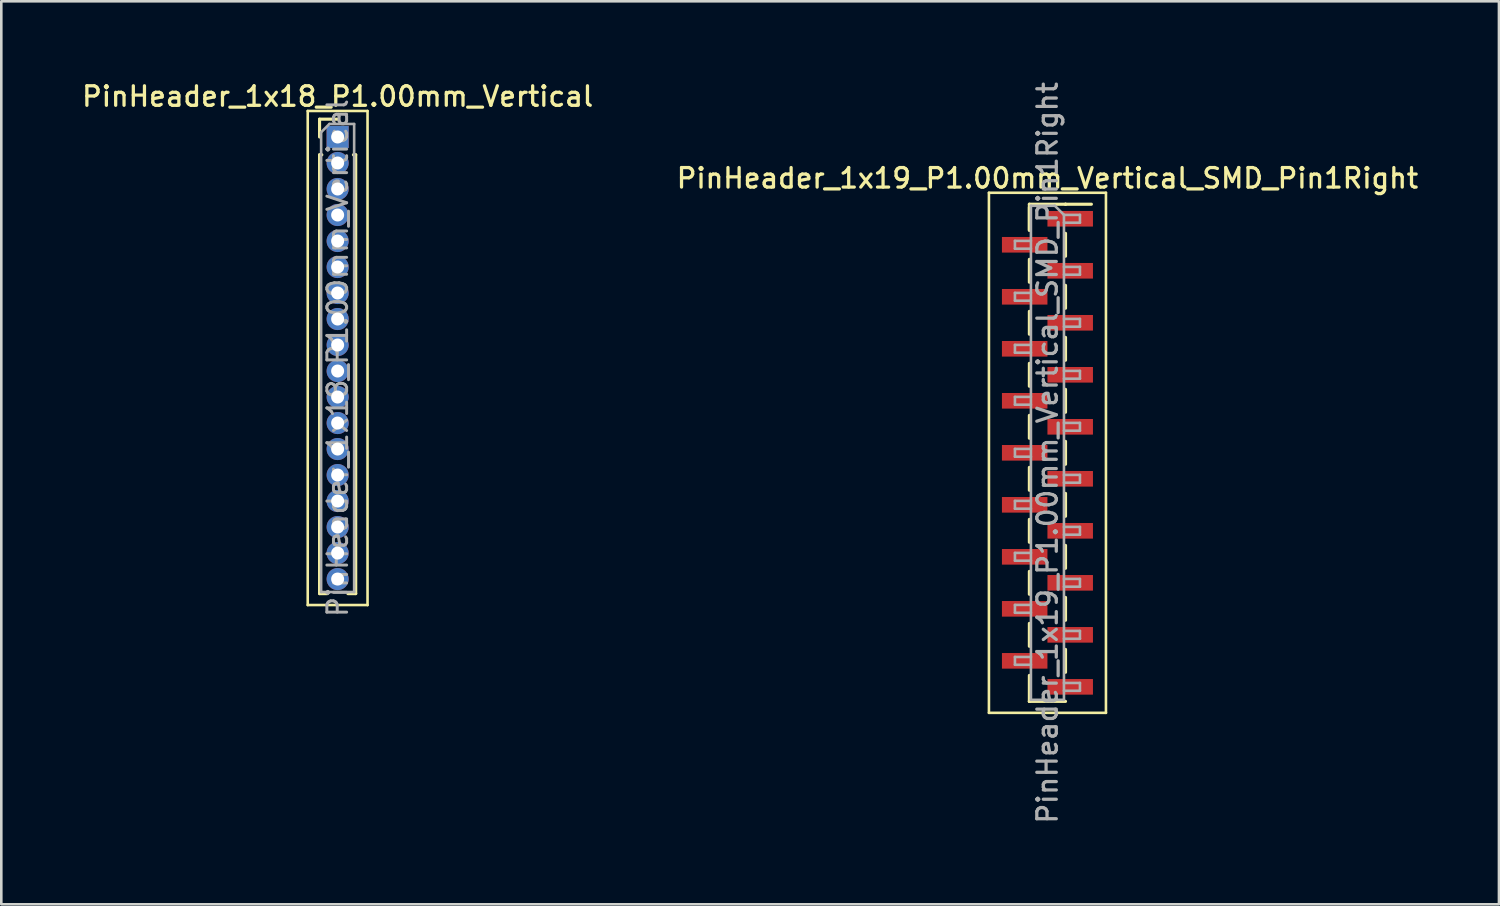
<source format=kicad_pcb>
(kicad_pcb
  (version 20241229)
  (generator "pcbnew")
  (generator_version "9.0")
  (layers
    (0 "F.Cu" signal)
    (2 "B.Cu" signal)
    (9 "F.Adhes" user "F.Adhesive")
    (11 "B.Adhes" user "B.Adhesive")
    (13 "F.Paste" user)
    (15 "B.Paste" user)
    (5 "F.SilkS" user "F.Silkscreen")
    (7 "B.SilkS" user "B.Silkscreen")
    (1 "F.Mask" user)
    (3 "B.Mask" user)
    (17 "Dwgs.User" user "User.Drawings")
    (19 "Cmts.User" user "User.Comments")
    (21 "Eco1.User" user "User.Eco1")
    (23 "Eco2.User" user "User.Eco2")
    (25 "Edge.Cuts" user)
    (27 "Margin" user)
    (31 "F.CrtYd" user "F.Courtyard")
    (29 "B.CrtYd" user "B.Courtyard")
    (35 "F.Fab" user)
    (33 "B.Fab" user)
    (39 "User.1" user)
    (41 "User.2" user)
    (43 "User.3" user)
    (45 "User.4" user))
  (footprint "PinHeader_1x19_P1.00mm_Vertical_SMD_Pin1Right"
    (layer "F.Cu")
    (at 37.23 14.363)
    (property "Reference" "PinHeader_1x19_P1.00mm_Vertical_SMD_Pin1Right" (at 0 -10.56 0) (layer "F.SilkS") (effects (font (size 0.75 0.75) (thickness 0.125))))
    (attr smd)
    (fp_line (start -2.25 -10) (end -2.25 10) (stroke (width 0.1) (type solid)) (layer "F.SilkS"))
    (fp_line (start -2.25 10) (end 2.25 10) (stroke (width 0.1) (type solid)) (layer "F.SilkS"))
    (fp_line (start -0.695 -9.56) (end -0.695 -8.56) (stroke (width 0.12) (type solid)) (layer "F.SilkS"))
    (fp_line (start -0.695 -9.56) (end 0.695 -9.56) (stroke (width 0.12) (type solid)) (layer "F.SilkS"))
    (fp_line (start -0.695 -9.44) (end -0.695 -8.56) (stroke (width 0.12) (type solid)) (layer "F.SilkS"))
    (fp_line (start -0.695 -7.44) (end -0.695 -6.56) (stroke (width 0.12) (type solid)) (layer "F.SilkS"))
    (fp_line (start -0.695 -5.44) (end -0.695 -4.56) (stroke (width 0.12) (type solid)) (layer "F.SilkS"))
    (fp_line (start -0.695 -3.44) (end -0.695 -2.56) (stroke (width 0.12) (type solid)) (layer "F.SilkS"))
    (fp_line (start -0.695 -1.44) (end -0.695 -0.56) (stroke (width 0.12) (type solid)) (layer "F.SilkS"))
    (fp_line (start -0.695 0.56) (end -0.695 1.44) (stroke (width 0.12) (type solid)) (layer "F.SilkS"))
    (fp_line (start -0.695 2.56) (end -0.695 3.44) (stroke (width 0.12) (type solid)) (layer "F.SilkS"))
    (fp_line (start -0.695 4.56) (end -0.695 5.44) (stroke (width 0.12) (type solid)) (layer "F.SilkS"))
    (fp_line (start -0.695 6.56) (end -0.695 7.44) (stroke (width 0.12) (type solid)) (layer "F.SilkS"))
    (fp_line (start -0.695 8.56) (end -0.695 9.56) (stroke (width 0.12) (type solid)) (layer "F.SilkS"))
    (fp_line (start -0.695 9.56) (end -0.695 9.56) (stroke (width 0.12) (type solid)) (layer "F.SilkS"))
    (fp_line (start -0.695 9.56) (end 0.695 9.56) (stroke (width 0.12) (type solid)) (layer "F.SilkS"))
    (fp_line (start 0.695 -9.56) (end 0.695 -9.56) (stroke (width 0.12) (type solid)) (layer "F.SilkS"))
    (fp_line (start 0.695 -9.56) (end 1.69 -9.56) (stroke (width 0.12) (type solid)) (layer "F.SilkS"))
    (fp_line (start 0.695 -8.44) (end 0.695 -7.56) (stroke (width 0.12) (type solid)) (layer "F.SilkS"))
    (fp_line (start 0.695 -6.44) (end 0.695 -5.56) (stroke (width 0.12) (type solid)) (layer "F.SilkS"))
    (fp_line (start 0.695 -4.44) (end 0.695 -3.56) (stroke (width 0.12) (type solid)) (layer "F.SilkS"))
    (fp_line (start 0.695 -2.44) (end 0.695 -1.56) (stroke (width 0.12) (type solid)) (layer "F.SilkS"))
    (fp_line (start 0.695 -0.44) (end 0.695 0.44) (stroke (width 0.12) (type solid)) (layer "F.SilkS"))
    (fp_line (start 0.695 1.56) (end 0.695 2.44) (stroke (width 0.12) (type solid)) (layer "F.SilkS"))
    (fp_line (start 0.695 3.56) (end 0.695 4.44) (stroke (width 0.12) (type solid)) (layer "F.SilkS"))
    (fp_line (start 0.695 5.56) (end 0.695 6.44) (stroke (width 0.12) (type solid)) (layer "F.SilkS"))
    (fp_line (start 0.695 7.56) (end 0.695 8.44) (stroke (width 0.12) (type solid)) (layer "F.SilkS"))
    (fp_line (start 2.25 -10) (end -2.25 -10) (stroke (width 0.1) (type solid)) (layer "F.SilkS"))
    (fp_line (start 2.25 10) (end 2.25 -10) (stroke (width 0.1) (type solid)) (layer "F.SilkS"))
    (fp_line (start -1.25 -8.15) (end -1.25 -7.85) (stroke (width 0.1) (type solid)) (layer "F.Fab"))
    (fp_line (start -1.25 -7.85) (end -0.635 -7.85) (stroke (width 0.1) (type solid)) (layer "F.Fab"))
    (fp_line (start -1.25 -6.15) (end -1.25 -5.85) (stroke (width 0.1) (type solid)) (layer "F.Fab"))
    (fp_line (start -1.25 -5.85) (end -0.635 -5.85) (stroke (width 0.1) (type solid)) (layer "F.Fab"))
    (fp_line (start -1.25 -4.15) (end -1.25 -3.85) (stroke (width 0.1) (type solid)) (layer "F.Fab"))
    (fp_line (start -1.25 -3.85) (end -0.635 -3.85) (stroke (width 0.1) (type solid)) (layer "F.Fab"))
    (fp_line (start -1.25 -2.15) (end -1.25 -1.85) (stroke (width 0.1) (type solid)) (layer "F.Fab"))
    (fp_line (start -1.25 -1.85) (end -0.635 -1.85) (stroke (width 0.1) (type solid)) (layer "F.Fab"))
    (fp_line (start -1.25 -0.15) (end -1.25 0.15) (stroke (width 0.1) (type solid)) (layer "F.Fab"))
    (fp_line (start -1.25 0.15) (end -0.635 0.15) (stroke (width 0.1) (type solid)) (layer "F.Fab"))
    (fp_line (start -1.25 1.85) (end -1.25 2.15) (stroke (width 0.1) (type solid)) (layer "F.Fab"))
    (fp_line (start -1.25 2.15) (end -0.635 2.15) (stroke (width 0.1) (type solid)) (layer "F.Fab"))
    (fp_line (start -1.25 3.85) (end -1.25 4.15) (stroke (width 0.1) (type solid)) (layer "F.Fab"))
    (fp_line (start -1.25 4.15) (end -0.635 4.15) (stroke (width 0.1) (type solid)) (layer "F.Fab"))
    (fp_line (start -1.25 5.85) (end -1.25 6.15) (stroke (width 0.1) (type solid)) (layer "F.Fab"))
    (fp_line (start -1.25 6.15) (end -0.635 6.15) (stroke (width 0.1) (type solid)) (layer "F.Fab"))
    (fp_line (start -1.25 7.85) (end -1.25 8.15) (stroke (width 0.1) (type solid)) (layer "F.Fab"))
    (fp_line (start -1.25 8.15) (end -0.635 8.15) (stroke (width 0.1) (type solid)) (layer "F.Fab"))
    (fp_line (start -0.635 -9.5) (end -0.635 9.5) (stroke (width 0.1) (type solid)) (layer "F.Fab"))
    (fp_line (start -0.635 -9.5) (end 0.285 -9.5) (stroke (width 0.1) (type solid)) (layer "F.Fab"))
    (fp_line (start -0.635 -8.15) (end -1.25 -8.15) (stroke (width 0.1) (type solid)) (layer "F.Fab"))
    (fp_line (start -0.635 -6.15) (end -1.25 -6.15) (stroke (width 0.1) (type solid)) (layer "F.Fab"))
    (fp_line (start -0.635 -4.15) (end -1.25 -4.15) (stroke (width 0.1) (type solid)) (layer "F.Fab"))
    (fp_line (start -0.635 -2.15) (end -1.25 -2.15) (stroke (width 0.1) (type solid)) (layer "F.Fab"))
    (fp_line (start -0.635 -0.15) (end -1.25 -0.15) (stroke (width 0.1) (type solid)) (layer "F.Fab"))
    (fp_line (start -0.635 1.85) (end -1.25 1.85) (stroke (width 0.1) (type solid)) (layer "F.Fab"))
    (fp_line (start -0.635 3.85) (end -1.25 3.85) (stroke (width 0.1) (type solid)) (layer "F.Fab"))
    (fp_line (start -0.635 5.85) (end -1.25 5.85) (stroke (width 0.1) (type solid)) (layer "F.Fab"))
    (fp_line (start -0.635 7.85) (end -1.25 7.85) (stroke (width 0.1) (type solid)) (layer "F.Fab"))
    (fp_line (start 0.635 -9.15) (end 0.285 -9.5) (stroke (width 0.1) (type solid)) (layer "F.Fab"))
    (fp_line (start 0.635 -9.15) (end 1.25 -9.15) (stroke (width 0.1) (type solid)) (layer "F.Fab"))
    (fp_line (start 0.635 -7.15) (end 1.25 -7.15) (stroke (width 0.1) (type solid)) (layer "F.Fab"))
    (fp_line (start 0.635 -5.15) (end 1.25 -5.15) (stroke (width 0.1) (type solid)) (layer "F.Fab"))
    (fp_line (start 0.635 -3.15) (end 1.25 -3.15) (stroke (width 0.1) (type solid)) (layer "F.Fab"))
    (fp_line (start 0.635 -1.15) (end 1.25 -1.15) (stroke (width 0.1) (type solid)) (layer "F.Fab"))
    (fp_line (start 0.635 0.85) (end 1.25 0.85) (stroke (width 0.1) (type solid)) (layer "F.Fab"))
    (fp_line (start 0.635 2.85) (end 1.25 2.85) (stroke (width 0.1) (type solid)) (layer "F.Fab"))
    (fp_line (start 0.635 4.85) (end 1.25 4.85) (stroke (width 0.1) (type solid)) (layer "F.Fab"))
    (fp_line (start 0.635 6.85) (end 1.25 6.85) (stroke (width 0.1) (type solid)) (layer "F.Fab"))
    (fp_line (start 0.635 8.85) (end 1.25 8.85) (stroke (width 0.1) (type solid)) (layer "F.Fab"))
    (fp_line (start 0.635 9.5) (end -0.635 9.5) (stroke (width 0.1) (type solid)) (layer "F.Fab"))
    (fp_line (start 0.635 9.5) (end 0.635 -9.15) (stroke (width 0.1) (type solid)) (layer "F.Fab"))
    (fp_line (start 1.25 -9.15) (end 1.25 -8.85) (stroke (width 0.1) (type solid)) (layer "F.Fab"))
    (fp_line (start 1.25 -8.85) (end 0.635 -8.85) (stroke (width 0.1) (type solid)) (layer "F.Fab"))
    (fp_line (start 1.25 -7.15) (end 1.25 -6.85) (stroke (width 0.1) (type solid)) (layer "F.Fab"))
    (fp_line (start 1.25 -6.85) (end 0.635 -6.85) (stroke (width 0.1) (type solid)) (layer "F.Fab"))
    (fp_line (start 1.25 -5.15) (end 1.25 -4.85) (stroke (width 0.1) (type solid)) (layer "F.Fab"))
    (fp_line (start 1.25 -4.85) (end 0.635 -4.85) (stroke (width 0.1) (type solid)) (layer "F.Fab"))
    (fp_line (start 1.25 -3.15) (end 1.25 -2.85) (stroke (width 0.1) (type solid)) (layer "F.Fab"))
    (fp_line (start 1.25 -2.85) (end 0.635 -2.85) (stroke (width 0.1) (type solid)) (layer "F.Fab"))
    (fp_line (start 1.25 -1.15) (end 1.25 -0.85) (stroke (width 0.1) (type solid)) (layer "F.Fab"))
    (fp_line (start 1.25 -0.85) (end 0.635 -0.85) (stroke (width 0.1) (type solid)) (layer "F.Fab"))
    (fp_line (start 1.25 0.85) (end 1.25 1.15) (stroke (width 0.1) (type solid)) (layer "F.Fab"))
    (fp_line (start 1.25 1.15) (end 0.635 1.15) (stroke (width 0.1) (type solid)) (layer "F.Fab"))
    (fp_line (start 1.25 2.85) (end 1.25 3.15) (stroke (width 0.1) (type solid)) (layer "F.Fab"))
    (fp_line (start 1.25 3.15) (end 0.635 3.15) (stroke (width 0.1) (type solid)) (layer "F.Fab"))
    (fp_line (start 1.25 4.85) (end 1.25 5.15) (stroke (width 0.1) (type solid)) (layer "F.Fab"))
    (fp_line (start 1.25 5.15) (end 0.635 5.15) (stroke (width 0.1) (type solid)) (layer "F.Fab"))
    (fp_line (start 1.25 6.85) (end 1.25 7.15) (stroke (width 0.1) (type solid)) (layer "F.Fab"))
    (fp_line (start 1.25 7.15) (end 0.635 7.15) (stroke (width 0.1) (type solid)) (layer "F.Fab"))
    (fp_line (start 1.25 8.85) (end 1.25 9.15) (stroke (width 0.1) (type solid)) (layer "F.Fab"))
    (fp_line (start 1.25 9.15) (end 0.635 9.15) (stroke (width 0.1) (type solid)) (layer "F.Fab"))
    (fp_text user "${REFERENCE}" (at 0 0 90) (layer "F.Fab") (effects (font (size 0.75 0.75) (thickness 0.125))))
    (pad "1" smd rect (at 0.875 -9) (size 1.75 0.6) (layers "F.Cu" "F.Mask" "F.Paste"))
    (pad "2" smd rect (at -0.875 -8) (size 1.75 0.6) (layers "F.Cu" "F.Mask" "F.Paste"))
    (pad "3" smd rect (at 0.875 -7) (size 1.75 0.6) (layers "F.Cu" "F.Mask" "F.Paste"))
    (pad "4" smd rect (at -0.875 -6) (size 1.75 0.6) (layers "F.Cu" "F.Mask" "F.Paste"))
    (pad "5" smd rect (at 0.875 -5) (size 1.75 0.6) (layers "F.Cu" "F.Mask" "F.Paste"))
    (pad "6" smd rect (at -0.875 -4) (size 1.75 0.6) (layers "F.Cu" "F.Mask" "F.Paste"))
    (pad "7" smd rect (at 0.875 -3) (size 1.75 0.6) (layers "F.Cu" "F.Mask" "F.Paste"))
    (pad "8" smd rect (at -0.875 -2) (size 1.75 0.6) (layers "F.Cu" "F.Mask" "F.Paste"))
    (pad "9" smd rect (at 0.875 -1) (size 1.75 0.6) (layers "F.Cu" "F.Mask" "F.Paste"))
    (pad "10" smd rect (at -0.875 0) (size 1.75 0.6) (layers "F.Cu" "F.Mask" "F.Paste"))
    (pad "11" smd rect (at 0.875 1) (size 1.75 0.6) (layers "F.Cu" "F.Mask" "F.Paste"))
    (pad "12" smd rect (at -0.875 2) (size 1.75 0.6) (layers "F.Cu" "F.Mask" "F.Paste"))
    (pad "13" smd rect (at 0.875 3) (size 1.75 0.6) (layers "F.Cu" "F.Mask" "F.Paste"))
    (pad "14" smd rect (at -0.875 4) (size 1.75 0.6) (layers "F.Cu" "F.Mask" "F.Paste"))
    (pad "15" smd rect (at 0.875 5) (size 1.75 0.6) (layers "F.Cu" "F.Mask" "F.Paste"))
    (pad "16" smd rect (at -0.875 6) (size 1.75 0.6) (layers "F.Cu" "F.Mask" "F.Paste"))
    (pad "17" smd rect (at 0.875 7) (size 1.75 0.6) (layers "F.Cu" "F.Mask" "F.Paste"))
    (pad "18" smd rect (at -0.875 8) (size 1.75 0.6) (layers "F.Cu" "F.Mask" "F.Paste"))
    (pad "19" smd rect (at 0.875 9) (size 1.75 0.6) (layers "F.Cu" "F.Mask" "F.Paste")))
  (footprint "PinHeader_1x18_P1.00mm_Vertical"
    (layer "F.Cu")
    (at 9.934 2.218)
    (property "Reference" "PinHeader_1x18_P1.00mm_Vertical" (at 0 -1.56 0) (layer "F.SilkS") (effects (font (size 0.75 0.75) (thickness 0.125))))
    (attr through_hole)
    (fp_line (start -1.15 -1) (end -1.15 18) (stroke (width 0.1) (type solid)) (layer "F.SilkS"))
    (fp_line (start -1.15 18) (end 1.15 18) (stroke (width 0.1) (type solid)) (layer "F.SilkS"))
    (fp_line (start -0.695 -0.685) (end 0 -0.685) (stroke (width 0.12) (type solid)) (layer "F.SilkS"))
    (fp_line (start -0.695 0) (end -0.695 -0.685) (stroke (width 0.12) (type solid)) (layer "F.SilkS"))
    (fp_line (start -0.695 0.685) (end -0.695 17.56) (stroke (width 0.12) (type solid)) (layer "F.SilkS"))
    (fp_line (start -0.695 0.685) (end -0.608 0.685) (stroke (width 0.12) (type solid)) (layer "F.SilkS"))
    (fp_line (start -0.695 17.56) (end -0.394 17.56) (stroke (width 0.12) (type solid)) (layer "F.SilkS"))
    (fp_line (start 0.394 17.56) (end 0.695 17.56) (stroke (width 0.12) (type solid)) (layer "F.SilkS"))
    (fp_line (start 0.608 0.685) (end 0.695 0.685) (stroke (width 0.12) (type solid)) (layer "F.SilkS"))
    (fp_line (start 0.695 0.685) (end 0.695 17.56) (stroke (width 0.12) (type solid)) (layer "F.SilkS"))
    (fp_line (start 1.15 -1) (end -1.15 -1) (stroke (width 0.1) (type solid)) (layer "F.SilkS"))
    (fp_line (start 1.15 18) (end 1.15 -1) (stroke (width 0.1) (type solid)) (layer "F.SilkS"))
    (fp_line (start -0.635 -0.182) (end -0.318 -0.5) (stroke (width 0.1) (type solid)) (layer "F.Fab"))
    (fp_line (start -0.635 17.5) (end -0.635 -0.182) (stroke (width 0.1) (type solid)) (layer "F.Fab"))
    (fp_line (start -0.318 -0.5) (end 0.635 -0.5) (stroke (width 0.1) (type solid)) (layer "F.Fab"))
    (fp_line (start 0.635 -0.5) (end 0.635 17.5) (stroke (width 0.1) (type solid)) (layer "F.Fab"))
    (fp_line (start 0.635 17.5) (end -0.635 17.5) (stroke (width 0.1) (type solid)) (layer "F.Fab"))
    (fp_text user "${REFERENCE}" (at 0 8.5 90) (layer "F.Fab") (effects (font (size 0.76 0.76) (thickness 0.114))))
    (pad "1" thru_hole rect (at 0 0) (size 0.85 0.85) (drill 0.5) (layers "*.Cu" "*.Mask"))
    (pad "2" thru_hole oval (at 0 1) (size 0.85 0.85) (drill 0.5) (layers "*.Cu" "*.Mask"))
    (pad "3" thru_hole oval (at 0 2) (size 0.85 0.85) (drill 0.5) (layers "*.Cu" "*.Mask"))
    (pad "4" thru_hole oval (at 0 3) (size 0.85 0.85) (drill 0.5) (layers "*.Cu" "*.Mask"))
    (pad "5" thru_hole oval (at 0 4) (size 0.85 0.85) (drill 0.5) (layers "*.Cu" "*.Mask"))
    (pad "6" thru_hole oval (at 0 5) (size 0.85 0.85) (drill 0.5) (layers "*.Cu" "*.Mask"))
    (pad "7" thru_hole oval (at 0 6) (size 0.85 0.85) (drill 0.5) (layers "*.Cu" "*.Mask"))
    (pad "8" thru_hole oval (at 0 7) (size 0.85 0.85) (drill 0.5) (layers "*.Cu" "*.Mask"))
    (pad "9" thru_hole oval (at 0 8) (size 0.85 0.85) (drill 0.5) (layers "*.Cu" "*.Mask"))
    (pad "10" thru_hole oval (at 0 9) (size 0.85 0.85) (drill 0.5) (layers "*.Cu" "*.Mask"))
    (pad "11" thru_hole oval (at 0 10) (size 0.85 0.85) (drill 0.5) (layers "*.Cu" "*.Mask"))
    (pad "12" thru_hole oval (at 0 11) (size 0.85 0.85) (drill 0.5) (layers "*.Cu" "*.Mask"))
    (pad "13" thru_hole oval (at 0 12) (size 0.85 0.85) (drill 0.5) (layers "*.Cu" "*.Mask"))
    (pad "14" thru_hole oval (at 0 13) (size 0.85 0.85) (drill 0.5) (layers "*.Cu" "*.Mask"))
    (pad "15" thru_hole oval (at 0 14) (size 0.85 0.85) (drill 0.5) (layers "*.Cu" "*.Mask"))
    (pad "16" thru_hole oval (at 0 15) (size 0.85 0.85) (drill 0.5) (layers "*.Cu" "*.Mask"))
    (pad "17" thru_hole oval (at 0 16) (size 0.85 0.85) (drill 0.5) (layers "*.Cu" "*.Mask"))
    (pad "18" thru_hole oval (at 0 17) (size 0.85 0.85) (drill 0.5) (layers "*.Cu" "*.Mask")))
  (gr_rect
    (start -3 -3)
    (end 54.593 31.725)
    (stroke (width 0.1) (type default))
    (fill no)
    (layer "Edge.Cuts")))
</source>
